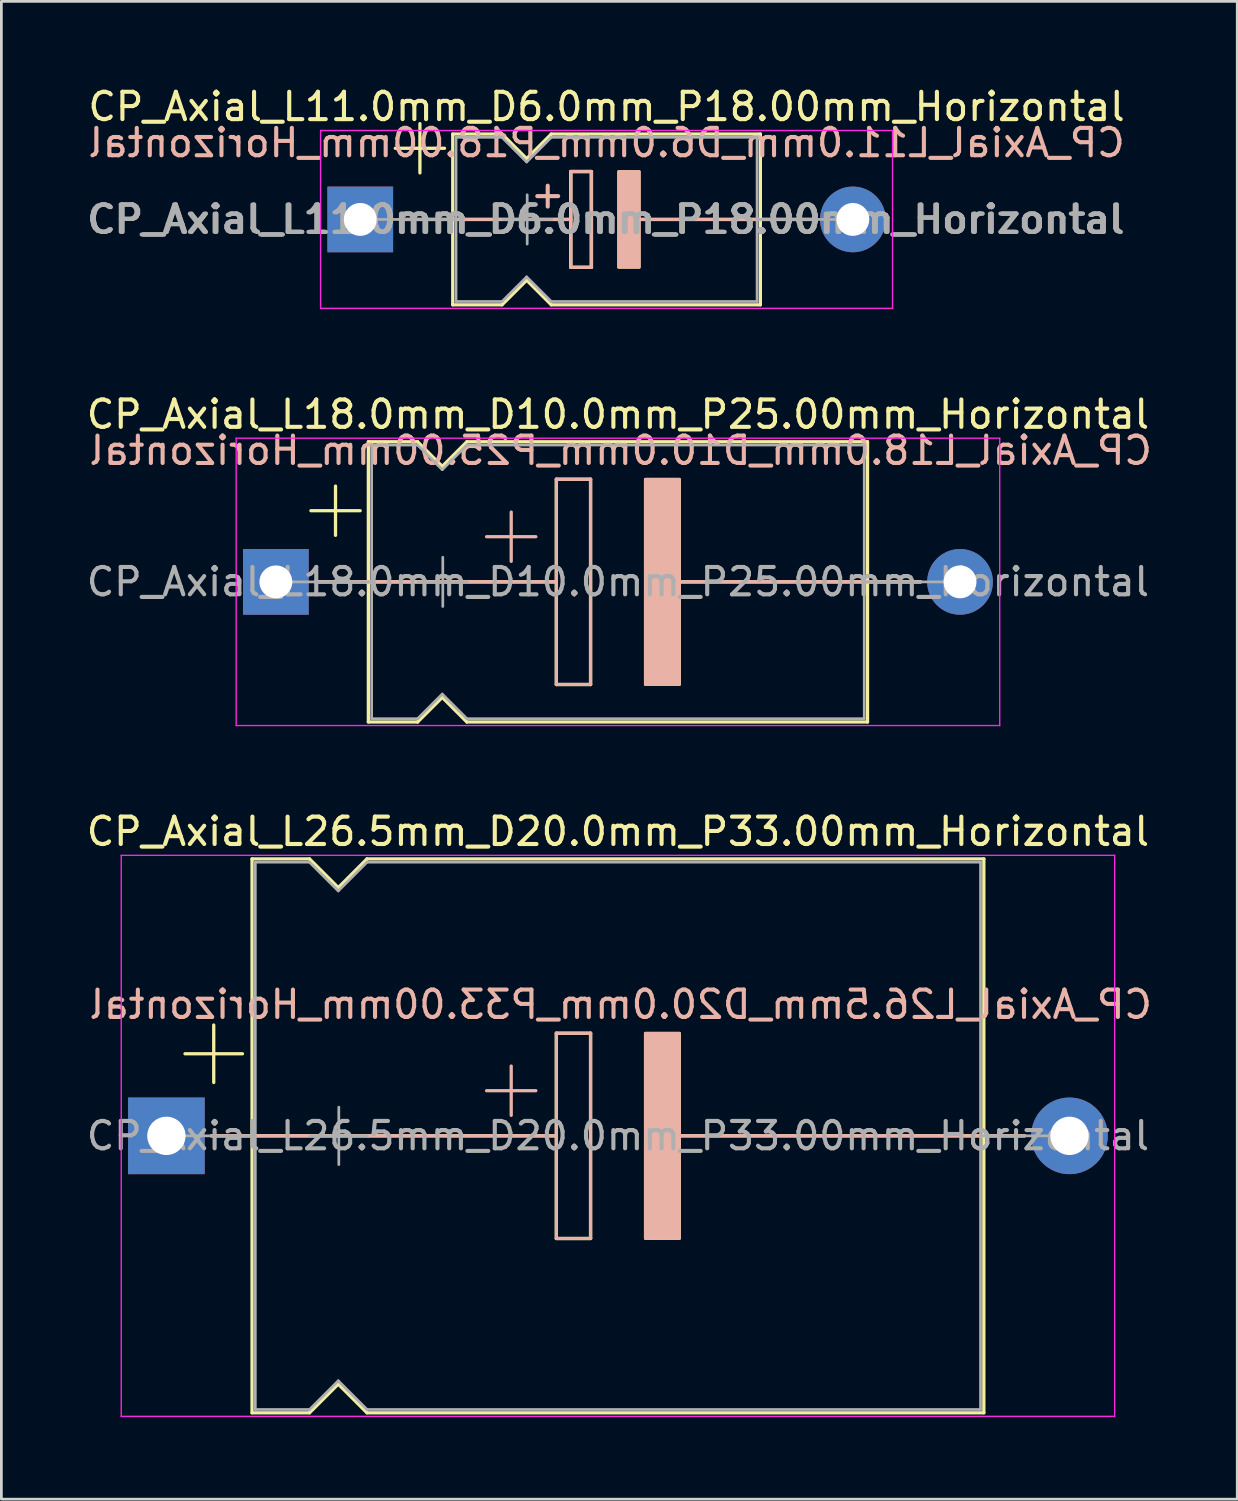
<source format=kicad_pcb>
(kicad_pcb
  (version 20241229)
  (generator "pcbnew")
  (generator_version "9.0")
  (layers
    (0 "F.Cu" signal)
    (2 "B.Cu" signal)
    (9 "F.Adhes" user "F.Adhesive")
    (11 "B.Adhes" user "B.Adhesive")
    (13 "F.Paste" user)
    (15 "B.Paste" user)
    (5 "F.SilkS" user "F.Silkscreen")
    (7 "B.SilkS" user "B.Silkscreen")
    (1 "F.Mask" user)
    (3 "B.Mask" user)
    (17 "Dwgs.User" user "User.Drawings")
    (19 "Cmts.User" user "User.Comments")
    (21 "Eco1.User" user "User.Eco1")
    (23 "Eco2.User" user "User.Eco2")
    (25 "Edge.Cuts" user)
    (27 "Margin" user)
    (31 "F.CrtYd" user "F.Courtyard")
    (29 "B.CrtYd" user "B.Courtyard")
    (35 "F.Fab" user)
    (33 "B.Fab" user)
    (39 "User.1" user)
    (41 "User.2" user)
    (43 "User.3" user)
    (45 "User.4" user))
  (footprint "CP_Axial_L26.5mm_D20.0mm_P33.00mm_Horizontal"
    (layer "F.Cu")
    (at 3.03 38.455)
    (property "Reference" "CP_Axial_L26.5mm_D20.0mm_P33.00mm_Horizontal" (at 16.5 -11.12 0) (layer "F.SilkS") (effects (font (size 1 1) (thickness 0.15))))
    (fp_line (start 0.68 -3) (end 2.78 -3) (stroke (width 0.12) (type solid)) (layer "F.SilkS"))
    (fp_line (start 1.64 0) (end 3.13 0) (stroke (width 0.12) (type solid)) (layer "F.SilkS"))
    (fp_line (start 1.73 -4.05) (end 1.73 -1.95) (stroke (width 0.12) (type solid)) (layer "F.SilkS"))
    (fp_line (start 3.13 -10.12) (end 3.13 10.12) (stroke (width 0.12) (type solid)) (layer "F.SilkS"))
    (fp_line (start 3.13 -10.12) (end 5.23 -10.12) (stroke (width 0.12) (type solid)) (layer "F.SilkS"))
    (fp_line (start 3.13 0) (end 14.25 0) (stroke (width 0.12) (type solid)) (layer "F.SilkS"))
    (fp_line (start 3.13 10.12) (end 5.23 10.12) (stroke (width 0.12) (type solid)) (layer "F.SilkS"))
    (fp_line (start 5.23 -10.12) (end 6.28 -9.07) (stroke (width 0.12) (type solid)) (layer "F.SilkS"))
    (fp_line (start 5.23 10.12) (end 6.28 9.07) (stroke (width 0.12) (type solid)) (layer "F.SilkS"))
    (fp_line (start 6.28 -9.07) (end 7.33 -10.12) (stroke (width 0.12) (type solid)) (layer "F.SilkS"))
    (fp_line (start 6.28 9.07) (end 7.33 10.12) (stroke (width 0.12) (type solid)) (layer "F.SilkS"))
    (fp_line (start 7.33 -10.12) (end 29.87 -10.12) (stroke (width 0.12) (type solid)) (layer "F.SilkS"))
    (fp_line (start 7.33 10.12) (end 29.87 10.12) (stroke (width 0.12) (type solid)) (layer "F.SilkS"))
    (fp_line (start 14.25 -3.75) (end 15.5 -3.75) (stroke (width 0.12) (type solid)) (layer "F.SilkS"))
    (fp_line (start 14.25 0) (end 14.25 -3.75) (stroke (width 0.12) (type solid)) (layer "F.SilkS"))
    (fp_line (start 14.25 3.75) (end 14.25 0) (stroke (width 0.12) (type solid)) (layer "F.SilkS"))
    (fp_line (start 15.5 -3.75) (end 15.5 3.75) (stroke (width 0.12) (type solid)) (layer "F.SilkS"))
    (fp_line (start 15.5 3.75) (end 14.25 3.75) (stroke (width 0.12) (type solid)) (layer "F.SilkS"))
    (fp_line (start 18.75 0) (end 29.87 0) (stroke (width 0.12) (type solid)) (layer "F.SilkS"))
    (fp_line (start 29.87 -10.12) (end 29.87 10.12) (stroke (width 0.12) (type solid)) (layer "F.SilkS"))
    (fp_line (start 31.36 0) (end 29.87 0) (stroke (width 0.12) (type solid)) (layer "F.SilkS"))
    (fp_poly (pts (xy 18.75 3.75) (xy 17.5 3.75) (xy 17.5 -3.75) (xy 18.75 -3.75)) (stroke (width 0.1) (type solid)) (fill yes) (layer "F.SilkS"))
    (fp_line (start 1.65 0) (end 7.38 0) (stroke (width 0.12) (type solid)) (layer "B.SilkS"))
    (fp_line (start 7.38 0) (end 14.25 0) (stroke (width 0.12) (type solid)) (layer "B.SilkS"))
    (fp_line (start 12.6 -2.55) (end 12.6 -0.75) (stroke (width 0.12) (type solid)) (layer "B.SilkS"))
    (fp_line (start 13.5 -1.65) (end 11.7 -1.65) (stroke (width 0.12) (type solid)) (layer "B.SilkS"))
    (fp_line (start 14.25 -3.75) (end 15.5 -3.75) (stroke (width 0.12) (type solid)) (layer "B.SilkS"))
    (fp_line (start 14.25 0) (end 14.25 -3.75) (stroke (width 0.12) (type solid)) (layer "B.SilkS"))
    (fp_line (start 14.25 3.75) (end 14.25 0) (stroke (width 0.12) (type solid)) (layer "B.SilkS"))
    (fp_line (start 15.5 -3.75) (end 15.5 3.75) (stroke (width 0.12) (type solid)) (layer "B.SilkS"))
    (fp_line (start 15.5 3.75) (end 14.25 3.75) (stroke (width 0.12) (type solid)) (layer "B.SilkS"))
    (fp_line (start 18.75 0) (end 25.62 0) (stroke (width 0.12) (type solid)) (layer "B.SilkS"))
    (fp_line (start 31.35 0) (end 25.62 0) (stroke (width 0.12) (type solid)) (layer "B.SilkS"))
    (fp_poly (pts (xy 18.75 3.75) (xy 17.5 3.75) (xy 17.5 -3.75) (xy 18.75 -3.75)) (stroke (width 0.1) (type solid)) (fill yes) (layer "B.SilkS"))
    (fp_line (start -1.65 -10.25) (end -1.65 10.25) (stroke (width 0.05) (type solid)) (layer "F.CrtYd"))
    (fp_line (start -1.65 10.25) (end 34.65 10.25) (stroke (width 0.05) (type solid)) (layer "F.CrtYd"))
    (fp_line (start 34.65 -10.25) (end -1.65 -10.25) (stroke (width 0.05) (type solid)) (layer "F.CrtYd"))
    (fp_line (start 34.65 10.25) (end 34.65 -10.25) (stroke (width 0.05) (type solid)) (layer "F.CrtYd"))
    (fp_line (start 0 0) (end 3.25 0) (stroke (width 0.1) (type solid)) (layer "F.Fab"))
    (fp_line (start 3.25 -10) (end 3.25 10) (stroke (width 0.1) (type solid)) (layer "F.Fab"))
    (fp_line (start 3.25 -10) (end 5.23 -10) (stroke (width 0.1) (type solid)) (layer "F.Fab"))
    (fp_line (start 3.25 10) (end 5.23 10) (stroke (width 0.1) (type solid)) (layer "F.Fab"))
    (fp_line (start 5.23 -10) (end 6.28 -8.95) (stroke (width 0.1) (type solid)) (layer "F.Fab"))
    (fp_line (start 5.23 10) (end 6.28 8.95) (stroke (width 0.1) (type solid)) (layer "F.Fab"))
    (fp_line (start 5.25 0) (end 7.35 0) (stroke (width 0.1) (type solid)) (layer "F.Fab"))
    (fp_line (start 6.28 -8.95) (end 7.33 -10) (stroke (width 0.1) (type solid)) (layer "F.Fab"))
    (fp_line (start 6.28 8.95) (end 7.33 10) (stroke (width 0.1) (type solid)) (layer "F.Fab"))
    (fp_line (start 6.3 -1.05) (end 6.3 1.05) (stroke (width 0.1) (type solid)) (layer "F.Fab"))
    (fp_line (start 7.33 -10) (end 29.75 -10) (stroke (width 0.1) (type solid)) (layer "F.Fab"))
    (fp_line (start 7.33 10) (end 29.75 10) (stroke (width 0.1) (type solid)) (layer "F.Fab"))
    (fp_line (start 29.75 -10) (end 29.75 10) (stroke (width 0.1) (type solid)) (layer "F.Fab"))
    (fp_line (start 33 0) (end 29.75 0) (stroke (width 0.1) (type solid)) (layer "F.Fab"))
    (fp_text user "${REFERENCE}" (at 16.6 -4.8 0) (layer "B.SilkS") (effects (font (size 1 1) (thickness 0.15)) (justify mirror)))
    (fp_text user "${REFERENCE}" (at 16.5 0 0) (layer "F.Fab") (effects (font (size 1 1) (thickness 0.15))))
    (pad "1" thru_hole rect (at 0 0) (size 2.8 2.8) (drill 1.4) (layers "*.Cu" "*.Mask"))
    (pad "2" thru_hole oval (at 33 0) (size 2.8 2.8) (drill 1.4) (layers "*.Cu" "*.Mask")))
  (footprint "CP_Axial_L18.0mm_D10.0mm_P25.00mm_Horizontal"
    (layer "F.Cu")
    (at 7.03 18.212)
    (property "Reference" "CP_Axial_L18.0mm_D10.0mm_P25.00mm_Horizontal" (at 12.5 -6.12 0) (layer "F.SilkS") (effects (font (size 1 1) (thickness 0.15))))
    (fp_line (start 1.28 -2.6) (end 3.08 -2.6) (stroke (width 0.12) (type solid)) (layer "F.SilkS"))
    (fp_line (start 1.44 0) (end 3.38 0) (stroke (width 0.12) (type solid)) (layer "F.SilkS"))
    (fp_line (start 2.18 -3.5) (end 2.18 -1.7) (stroke (width 0.12) (type solid)) (layer "F.SilkS"))
    (fp_line (start 3.38 -5.12) (end 3.38 5.12) (stroke (width 0.12) (type solid)) (layer "F.SilkS"))
    (fp_line (start 3.38 -5.12) (end 5.18 -5.12) (stroke (width 0.12) (type solid)) (layer "F.SilkS"))
    (fp_line (start 3.38 0) (end 10.25 0) (stroke (width 0.12) (type solid)) (layer "F.SilkS"))
    (fp_line (start 3.38 5.12) (end 5.18 5.12) (stroke (width 0.12) (type solid)) (layer "F.SilkS"))
    (fp_line (start 5.18 -5.12) (end 6.08 -4.22) (stroke (width 0.12) (type solid)) (layer "F.SilkS"))
    (fp_line (start 5.18 5.12) (end 6.08 4.22) (stroke (width 0.12) (type solid)) (layer "F.SilkS"))
    (fp_line (start 6.08 -4.22) (end 6.98 -5.12) (stroke (width 0.12) (type solid)) (layer "F.SilkS"))
    (fp_line (start 6.08 4.22) (end 6.98 5.12) (stroke (width 0.12) (type solid)) (layer "F.SilkS"))
    (fp_line (start 6.98 -5.12) (end 21.62 -5.12) (stroke (width 0.12) (type solid)) (layer "F.SilkS"))
    (fp_line (start 6.98 5.12) (end 21.62 5.12) (stroke (width 0.12) (type solid)) (layer "F.SilkS"))
    (fp_line (start 10.25 -3.75) (end 11.5 -3.75) (stroke (width 0.12) (type solid)) (layer "F.SilkS"))
    (fp_line (start 10.25 0) (end 10.25 -3.75) (stroke (width 0.12) (type solid)) (layer "F.SilkS"))
    (fp_line (start 10.25 3.75) (end 10.25 0) (stroke (width 0.12) (type solid)) (layer "F.SilkS"))
    (fp_line (start 11.5 -3.75) (end 11.5 3.75) (stroke (width 0.12) (type solid)) (layer "F.SilkS"))
    (fp_line (start 11.5 3.75) (end 10.25 3.75) (stroke (width 0.12) (type solid)) (layer "F.SilkS"))
    (fp_line (start 14.75 0) (end 21.62 0) (stroke (width 0.12) (type solid)) (layer "F.SilkS"))
    (fp_line (start 21.62 -5.12) (end 21.62 5.12) (stroke (width 0.12) (type solid)) (layer "F.SilkS"))
    (fp_line (start 23.56 0) (end 21.62 0) (stroke (width 0.12) (type solid)) (layer "F.SilkS"))
    (fp_poly (pts (xy 14.75 3.75) (xy 13.5 3.75) (xy 13.5 -3.75) (xy 14.75 -3.75)) (stroke (width 0.1) (type solid)) (fill yes) (layer "F.SilkS"))
    (fp_line (start 1.44 0) (end 3.38 0) (stroke (width 0.12) (type solid)) (layer "B.SilkS"))
    (fp_line (start 3.38 0) (end 10.25 0) (stroke (width 0.12) (type solid)) (layer "B.SilkS"))
    (fp_line (start 8.6 -2.55) (end 8.6 -0.75) (stroke (width 0.12) (type solid)) (layer "B.SilkS"))
    (fp_line (start 9.5 -1.65) (end 7.7 -1.65) (stroke (width 0.12) (type solid)) (layer "B.SilkS"))
    (fp_line (start 10.25 -3.75) (end 11.5 -3.75) (stroke (width 0.12) (type solid)) (layer "B.SilkS"))
    (fp_line (start 10.25 0) (end 10.25 -3.75) (stroke (width 0.12) (type solid)) (layer "B.SilkS"))
    (fp_line (start 10.25 3.75) (end 10.25 0) (stroke (width 0.12) (type solid)) (layer "B.SilkS"))
    (fp_line (start 11.5 -3.75) (end 11.5 3.75) (stroke (width 0.12) (type solid)) (layer "B.SilkS"))
    (fp_line (start 11.5 3.75) (end 10.25 3.75) (stroke (width 0.12) (type solid)) (layer "B.SilkS"))
    (fp_line (start 14.75 0) (end 21.62 0) (stroke (width 0.12) (type solid)) (layer "B.SilkS"))
    (fp_line (start 23.56 0) (end 21.62 0) (stroke (width 0.12) (type solid)) (layer "B.SilkS"))
    (fp_poly (pts (xy 14.75 3.75) (xy 13.5 3.75) (xy 13.5 -3.75) (xy 14.75 -3.75)) (stroke (width 0.1) (type solid)) (fill yes) (layer "B.SilkS"))
    (fp_line (start -1.45 -5.25) (end -1.45 5.25) (stroke (width 0.05) (type solid)) (layer "F.CrtYd"))
    (fp_line (start -1.45 5.25) (end 26.45 5.25) (stroke (width 0.05) (type solid)) (layer "F.CrtYd"))
    (fp_line (start 26.45 -5.25) (end -1.45 -5.25) (stroke (width 0.05) (type solid)) (layer "F.CrtYd"))
    (fp_line (start 26.45 5.25) (end 26.45 -5.25) (stroke (width 0.05) (type solid)) (layer "F.CrtYd"))
    (fp_line (start 0 0) (end 3.5 0) (stroke (width 0.1) (type solid)) (layer "F.Fab"))
    (fp_line (start 3.5 -5) (end 3.5 5) (stroke (width 0.1) (type solid)) (layer "F.Fab"))
    (fp_line (start 3.5 -5) (end 5.18 -5) (stroke (width 0.1) (type solid)) (layer "F.Fab"))
    (fp_line (start 3.5 5) (end 5.18 5) (stroke (width 0.1) (type solid)) (layer "F.Fab"))
    (fp_line (start 5.18 -5) (end 6.08 -4.1) (stroke (width 0.1) (type solid)) (layer "F.Fab"))
    (fp_line (start 5.18 5) (end 6.08 4.1) (stroke (width 0.1) (type solid)) (layer "F.Fab"))
    (fp_line (start 5.2 0) (end 7 0) (stroke (width 0.1) (type solid)) (layer "F.Fab"))
    (fp_line (start 6.08 -4.1) (end 6.98 -5) (stroke (width 0.1) (type solid)) (layer "F.Fab"))
    (fp_line (start 6.08 4.1) (end 6.98 5) (stroke (width 0.1) (type solid)) (layer "F.Fab"))
    (fp_line (start 6.1 -0.9) (end 6.1 0.9) (stroke (width 0.1) (type solid)) (layer "F.Fab"))
    (fp_line (start 6.98 -5) (end 21.5 -5) (stroke (width 0.1) (type solid)) (layer "F.Fab"))
    (fp_line (start 6.98 5) (end 21.5 5) (stroke (width 0.1) (type solid)) (layer "F.Fab"))
    (fp_line (start 21.5 -5) (end 21.5 5) (stroke (width 0.1) (type solid)) (layer "F.Fab"))
    (fp_line (start 25 0) (end 21.5 0) (stroke (width 0.1) (type solid)) (layer "F.Fab"))
    (fp_text user "${REFERENCE}" (at 12.6 -4.8 0) (layer "B.SilkS") (effects (font (size 1 1) (thickness 0.15)) (justify mirror)))
    (fp_text user "${REFERENCE}" (at 12.5 0 0) (layer "F.Fab") (effects (font (size 1 1) (thickness 0.15))))
    (pad "1" thru_hole rect (at 0 0) (size 2.4 2.4) (drill 1.2) (layers "*.Cu" "*.Mask"))
    (pad "2" thru_hole oval (at 25 0) (size 2.4 2.4) (drill 1.2) (layers "*.Cu" "*.Mask")))
  (footprint "CP_Axial_L11.0mm_D6.0mm_P18.00mm_Horizontal"
    (layer "F.Cu")
    (at 10.114 4.968)
    (property "Reference" "CP_Axial_L11.0mm_D6.0mm_P18.00mm_Horizontal" (at 9 -4.12 0) (layer "F.SilkS") (effects (font (size 1 1) (thickness 0.15))))
    (fp_line (start 1.28 -2.6) (end 3.08 -2.6) (stroke (width 0.12) (type solid)) (layer "F.SilkS"))
    (fp_line (start 1.44 0) (end 3.38 0) (stroke (width 0.12) (type solid)) (layer "F.SilkS"))
    (fp_line (start 2.18 -3.5) (end 2.18 -1.7) (stroke (width 0.12) (type solid)) (layer "F.SilkS"))
    (fp_line (start 3.38 -3.12) (end 3.38 3.12) (stroke (width 0.12) (type solid)) (layer "F.SilkS"))
    (fp_line (start 3.38 -3.12) (end 5.18 -3.12) (stroke (width 0.12) (type solid)) (layer "F.SilkS"))
    (fp_line (start 3.38 0) (end 7.69 0) (stroke (width 0.12) (type solid)) (layer "F.SilkS"))
    (fp_line (start 3.38 3.12) (end 5.18 3.12) (stroke (width 0.12) (type solid)) (layer "F.SilkS"))
    (fp_line (start 5.18 -3.12) (end 6.08 -2.22) (stroke (width 0.12) (type solid)) (layer "F.SilkS"))
    (fp_line (start 5.18 3.12) (end 6.08 2.22) (stroke (width 0.12) (type solid)) (layer "F.SilkS"))
    (fp_line (start 6.08 -2.22) (end 6.98 -3.12) (stroke (width 0.12) (type solid)) (layer "F.SilkS"))
    (fp_line (start 6.08 2.22) (end 6.98 3.12) (stroke (width 0.12) (type solid)) (layer "F.SilkS"))
    (fp_line (start 6.98 -3.12) (end 14.62 -3.12) (stroke (width 0.12) (type solid)) (layer "F.SilkS"))
    (fp_line (start 6.98 3.12) (end 14.62 3.12) (stroke (width 0.12) (type solid)) (layer "F.SilkS"))
    (fp_line (start 7.69 -1.75) (end 7.69 1.75) (stroke (width 0.12) (type solid)) (layer "F.SilkS"))
    (fp_line (start 7.69 -1.75) (end 8.44 -1.75) (stroke (width 0.12) (type solid)) (layer "F.SilkS"))
    (fp_line (start 8.44 -1.75) (end 8.44 1.75) (stroke (width 0.12) (type solid)) (layer "F.SilkS"))
    (fp_line (start 8.44 1.75) (end 7.69 1.75) (stroke (width 0.12) (type solid)) (layer "F.SilkS"))
    (fp_line (start 10.19 0) (end 14.62 0) (stroke (width 0.12) (type solid)) (layer "F.SilkS"))
    (fp_line (start 14.62 -3.12) (end 14.62 3.12) (stroke (width 0.12) (type solid)) (layer "F.SilkS"))
    (fp_line (start 16.56 0) (end 14.62 0) (stroke (width 0.12) (type solid)) (layer "F.SilkS"))
    (fp_poly (pts (xy 10.19 1.75) (xy 9.44 1.75) (xy 9.44 -1.75) (xy 10.19 -1.75)) (stroke (width 0.1) (type solid)) (fill yes) (layer "F.SilkS"))
    (fp_line (start 1.45 0) (end 3.83 0) (stroke (width 0.12) (type solid)) (layer "B.SilkS"))
    (fp_line (start 3.83 0) (end 7.7 0) (stroke (width 0.12) (type solid)) (layer "B.SilkS"))
    (fp_line (start 7.7 -1.75) (end 7.7 1.75) (stroke (width 0.12) (type solid)) (layer "B.SilkS"))
    (fp_line (start 7.7 -1.75) (end 8.45 -1.75) (stroke (width 0.12) (type solid)) (layer "B.SilkS"))
    (fp_line (start 8.45 -1.75) (end 8.45 1.75) (stroke (width 0.12) (type solid)) (layer "B.SilkS"))
    (fp_line (start 8.45 1.75) (end 7.7 1.75) (stroke (width 0.12) (type solid)) (layer "B.SilkS"))
    (fp_line (start 10.2 0) (end 14.07 0) (stroke (width 0.12) (type solid)) (layer "B.SilkS"))
    (fp_line (start 16.55 0) (end 14.07 0) (stroke (width 0.12) (type solid)) (layer "B.SilkS"))
    (fp_poly (pts (xy 10.2 1.75) (xy 9.45 1.75) (xy 9.45 -1.75) (xy 10.2 -1.75)) (stroke (width 0.1) (type solid)) (fill yes) (layer "B.SilkS"))
    (fp_line (start -1.45 -3.25) (end -1.45 3.25) (stroke (width 0.05) (type solid)) (layer "F.CrtYd"))
    (fp_line (start -1.45 3.25) (end 19.45 3.25) (stroke (width 0.05) (type solid)) (layer "F.CrtYd"))
    (fp_line (start 19.45 -3.25) (end -1.45 -3.25) (stroke (width 0.05) (type solid)) (layer "F.CrtYd"))
    (fp_line (start 19.45 3.25) (end 19.45 -3.25) (stroke (width 0.05) (type solid)) (layer "F.CrtYd"))
    (fp_line (start 0 0) (end 3.5 0) (stroke (width 0.1) (type solid)) (layer "F.Fab"))
    (fp_line (start 3.5 -3) (end 3.5 3) (stroke (width 0.1) (type solid)) (layer "F.Fab"))
    (fp_line (start 3.5 -3) (end 5.18 -3) (stroke (width 0.1) (type solid)) (layer "F.Fab"))
    (fp_line (start 3.5 3) (end 5.18 3) (stroke (width 0.1) (type solid)) (layer "F.Fab"))
    (fp_line (start 5.18 -3) (end 6.08 -2.1) (stroke (width 0.1) (type solid)) (layer "F.Fab"))
    (fp_line (start 5.18 3) (end 6.08 2.1) (stroke (width 0.1) (type solid)) (layer "F.Fab"))
    (fp_line (start 5.2 0) (end 7 0) (stroke (width 0.1) (type solid)) (layer "F.Fab"))
    (fp_line (start 6.08 -2.1) (end 6.98 -3) (stroke (width 0.1) (type solid)) (layer "F.Fab"))
    (fp_line (start 6.08 2.1) (end 6.98 3) (stroke (width 0.1) (type solid)) (layer "F.Fab"))
    (fp_line (start 6.1 -0.9) (end 6.1 0.9) (stroke (width 0.1) (type solid)) (layer "F.Fab"))
    (fp_line (start 6.98 -3) (end 14.5 -3) (stroke (width 0.1) (type solid)) (layer "F.Fab"))
    (fp_line (start 6.98 3) (end 14.5 3) (stroke (width 0.1) (type solid)) (layer "F.Fab"))
    (fp_line (start 14.5 -3) (end 14.5 3) (stroke (width 0.1) (type solid)) (layer "F.Fab"))
    (fp_line (start 18 0) (end 14.5 0) (stroke (width 0.1) (type solid)) (layer "F.Fab"))
    (fp_text user "${REFERENCE}" (at 9 -2.8 0) (layer "B.SilkS") (effects (font (size 1 1) (thickness 0.15)) (justify mirror)))
    (fp_text user "+" (at 6.85 -0.925 0) (unlocked yes) (layer "B.SilkS") (effects (font (size 1 1) (thickness 0.15)) (justify mirror)))
    (fp_text user "${REFERENCE}" (at 9 0 0) (layer "F.Fab") (effects (font (size 1 1) (thickness 0.15))))
    (fp_text user "${REFERENCE}" (at 8.94 0 0) (layer "F.Fab") (effects (font (size 1 1) (thickness 0.15))))
    (fp_text user "${REFERENCE}" (at 9 0 0) (layer "F.Fab") (effects (font (size 1 1) (thickness 0.15))))
    (pad "1" thru_hole rect (at 0 0) (size 2.4 2.4) (drill 1.2) (layers "*.Cu" "*.Mask"))
    (pad "2" thru_hole oval (at 18 0) (size 2.4 2.4) (drill 1.2) (layers "*.Cu" "*.Mask")))
  (gr_rect
    (start -3 -3)
    (end 42.16 51.73)
    (stroke (width 0.1) (type default))
    (fill no)
    (layer "Edge.Cuts")))
</source>
